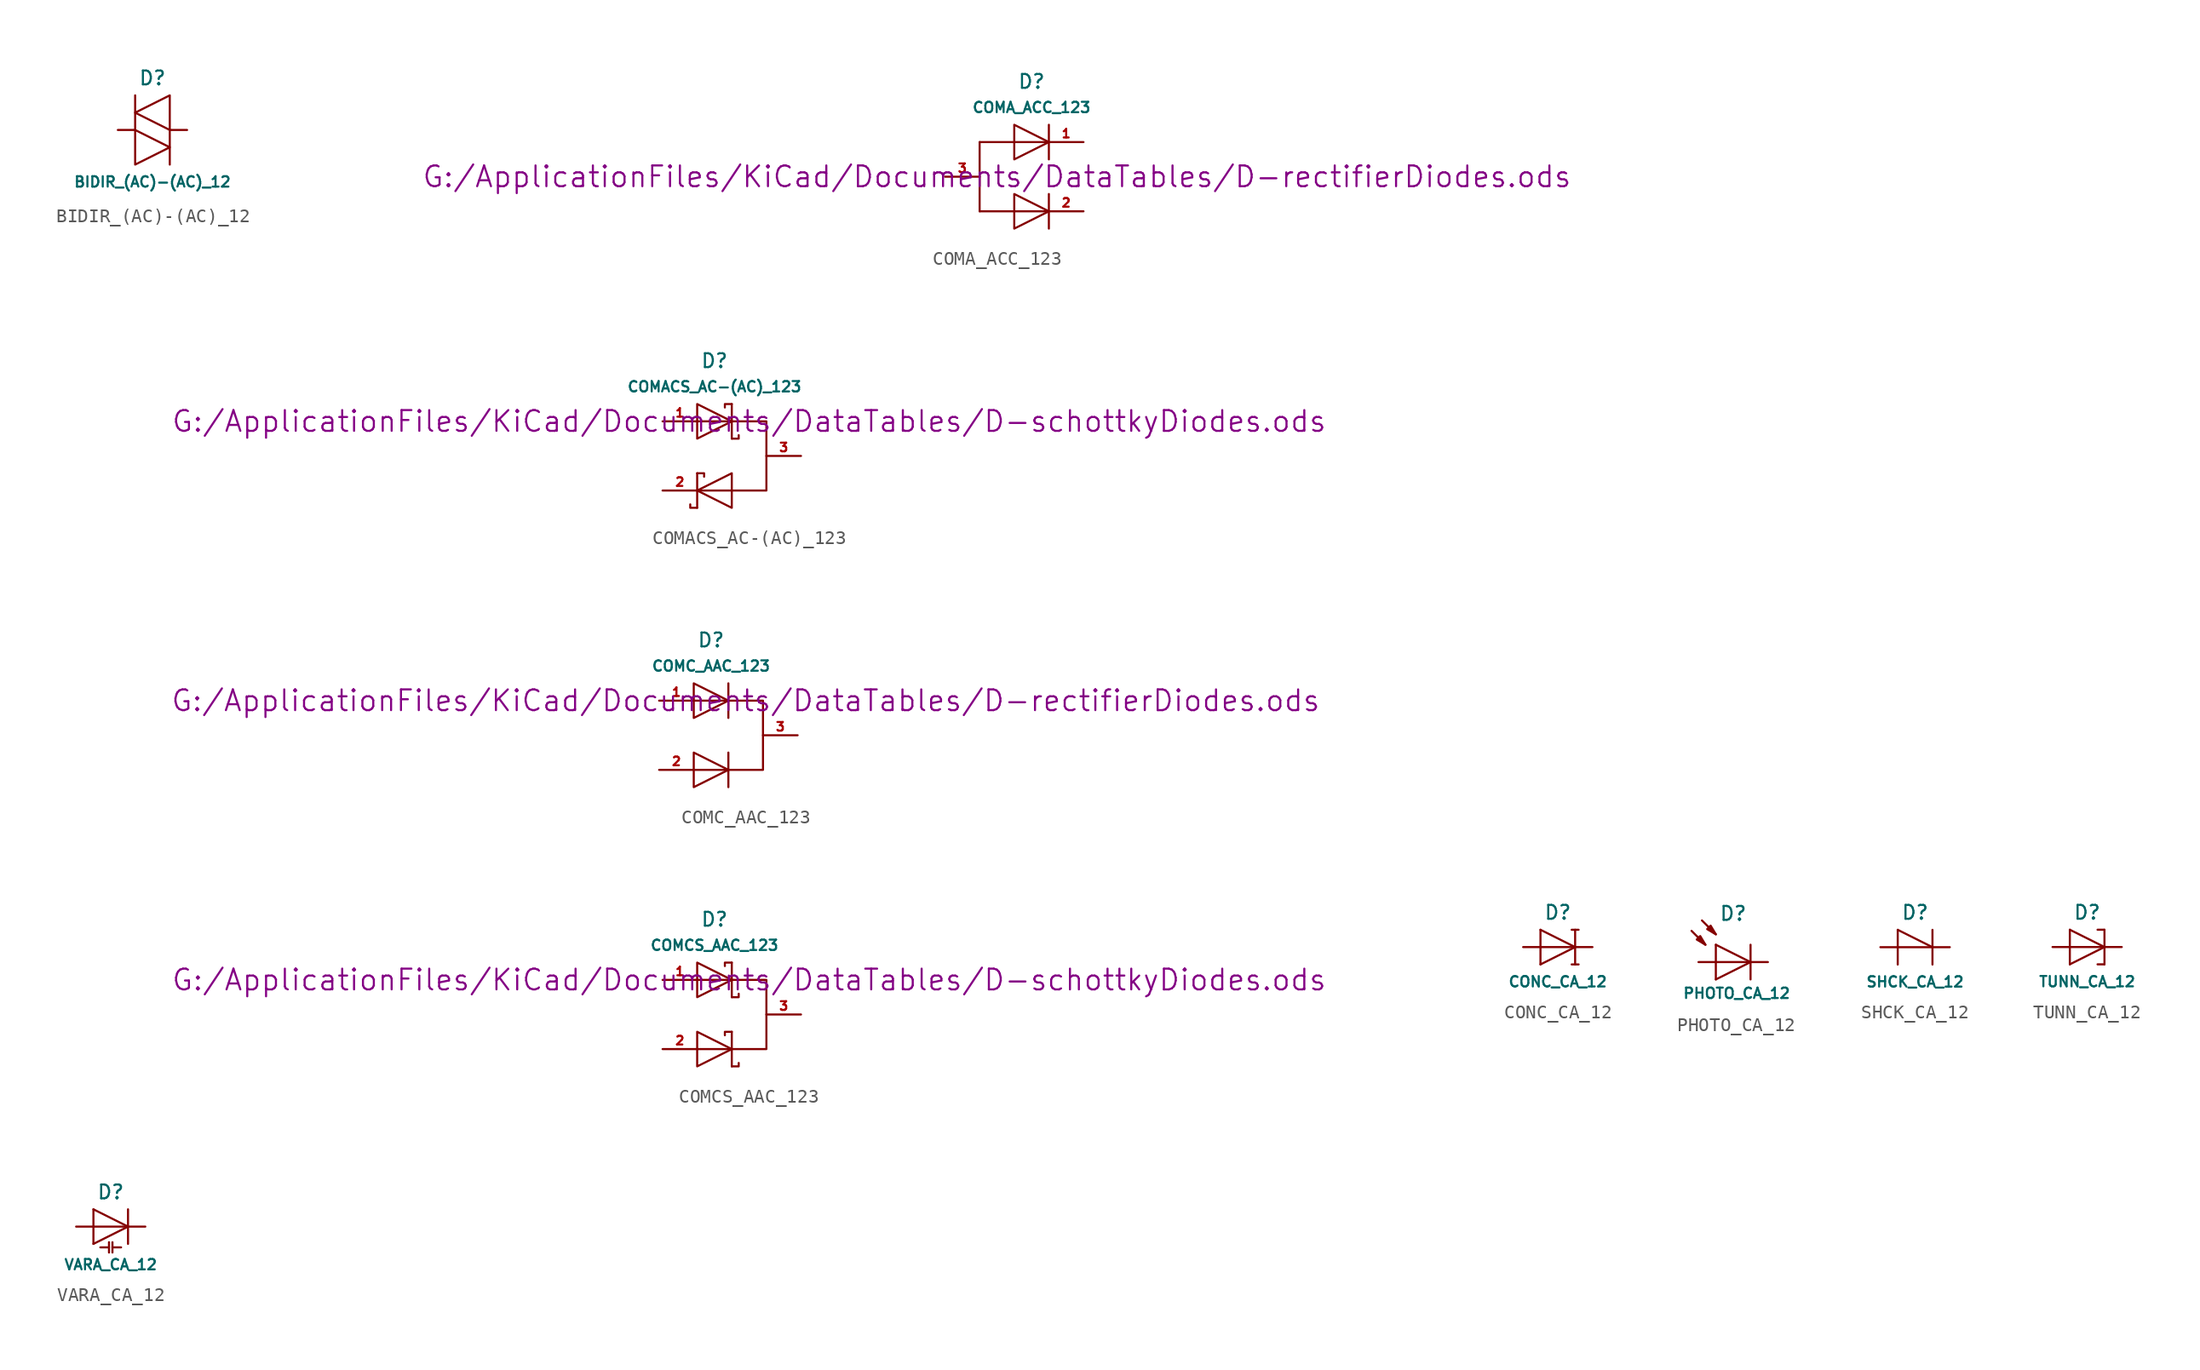
<source format=kicad_sym>
(kicad_symbol_lib
  (version 20211014)
  (generator kicad_symbol_editor)
  (symbol "BIDIR_(AC)-(AC)_12"
    (pin_numbers hide)
    (pin_names
      (offset 0))
    (property "Reference" "D"
      (at 0 3.81 0)
      (effects (font (size 1.016 1.016))))
    (property "Value" "BIDIR_(AC)-(AC)_12"
      (at 0 -3.81 0)
      (effects (font (size 0.762 0.762))))
    (property "Footprint" ""
      (at 0 -3.81 0)
      (effects (font (size 1.524 1.524))))
    (property "Datasheet" ""
      (at 0 -3.81 0)
      (effects (font (size 1.524 1.524))))
    (symbol "BIDIR_(AC)-(AC)_12_0_1"
      (polyline (pts (xy -1.27 0) (xy -1.27 0)) (stroke (width 0) (type default) (color 0 0 0 0)) (fill (type none)))
      (polyline (pts (xy -1.27 2.54) (xy -1.27 0)) (stroke (width 0) (type default) (color 0 0 0 0)) (fill (type none)))
      (polyline (pts (xy 1.27 0) (xy 1.27 -2.54)) (stroke (width 0) (type default) (color 0 0 0 0)) (fill (type none)))
      (polyline (pts (xy -1.27 0) (xy 1.27 -1.27) (xy -1.27 -2.54) (xy -1.27 0) (xy -1.27 0) (xy -1.27 0)) (stroke (width 0.152) (type default) (color 0 0 0 0)) (fill (type none)))
      (polyline (pts (xy 1.27 2.54) (xy -1.27 1.27) (xy 1.27 0) (xy 1.27 2.54) (xy 1.27 2.54) (xy 1.27 2.54)) (stroke (width 0.152) (type default) (color 0 0 0 0)) (fill (type none)))
      (pin passive line (at -2.54 0 0) (length 1.27) (name "~" (effects (font (size 0.635 0.635)))) (number "1" (effects (font (size 0.635 0.635)))))
      (pin passive line (at 2.54 0 180) (length 1.27) (name "~" (effects (font (size 0.635 0.635)))) (number "2" (effects (font (size 0.635 0.635)))))))
  (symbol "COMA_ACC_123"
    (pin_names
      (offset 0) hide)
    (property "Reference" "D"
      (at 0 6.985 0)
      (effects (font (size 1.016 1.016))))
    (property "Value" "COMA_ACC_123"
      (at 0 5.08 0)
      (effects (font (size 0.762 0.762))))
    (property "Footprint" ""
      (at -2.54 0 0)
      (effects (font (size 1.524 1.524))))
    (property "Datasheet" "G:/ApplicationFiles/KiCad/Documents/DataTables/D-rectifierDiodes.ods"
      (at -2.54 0 0)
      (effects (font (size 1.524 1.524))))
    (symbol "COMA_ACC_123_0_1"
      (polyline (pts (xy -3.81 2.54) (xy -3.81 -2.54)) (stroke (width 0) (type default) (color 0 0 0 0)) (fill (type none)))
      (polyline (pts (xy -1.27 -2.54) (xy 1.27 -2.54)) (stroke (width 0) (type default) (color 0 0 0 0)) (fill (type none)))
      (polyline (pts (xy -1.27 2.54) (xy 1.27 2.54)) (stroke (width 0) (type default) (color 0 0 0 0)) (fill (type none)))
      (polyline (pts (xy 1.27 -1.27) (xy 1.27 -3.81)) (stroke (width 0) (type default) (color 0 0 0 0)) (fill (type none)))
      (polyline (pts (xy 1.27 3.81) (xy 1.27 1.27)) (stroke (width 0) (type default) (color 0 0 0 0)) (fill (type none)))
      (polyline (pts (xy -3.81 -2.54) (xy -1.27 -2.54) (xy -1.27 -2.54)) (stroke (width 0.152) (type default) (color 0 0 0 0)) (fill (type none)))
      (polyline (pts (xy -3.81 2.54) (xy -1.27 2.54) (xy -1.27 2.54)) (stroke (width 0.152) (type default) (color 0 0 0 0)) (fill (type none)))
      (polyline (pts (xy 1.27 -2.54) (xy -1.27 -1.27) (xy -1.27 -3.81) (xy 1.27 -2.54) (xy 1.27 -2.54)) (stroke (width 0.152) (type default) (color 0 0 0 0)) (fill (type none)))
      (polyline (pts (xy 1.27 2.54) (xy -1.27 3.81) (xy -1.27 1.27) (xy 1.27 2.54) (xy 1.27 2.54)) (stroke (width 0.152) (type default) (color 0 0 0 0)) (fill (type none)))
      (pin passive line (at 3.81 2.54 180) (length 2.54) (name "K1" (effects (font (size 0.635 0.635)))) (number "1" (effects (font (size 0.635 0.635)))))
      (pin passive line (at 3.81 -2.54 180) (length 2.54) (name "K2" (effects (font (size 0.635 0.635)))) (number "2" (effects (font (size 0.635 0.635))))))
    (symbol "COMA_ACC_123_1_1"
      (pin passive line (at -6.35 0 0) (length 2.54) (name "CA" (effects (font (size 0.635 0.635)))) (number "3" (effects (font (size 0.635 0.635)))))))
  (symbol "COMACS_AC-(AC)_123"
    (pin_names
      (offset 0) hide)
    (property "Reference" "D"
      (at 0 6.985 0)
      (effects (font (size 1.016 1.016))))
    (property "Value" "COMACS_AC-(AC)_123"
      (at 0 5.08 0)
      (effects (font (size 0.762 0.762))))
    (property "Footprint" ""
      (at 2.54 2.54 0)
      (effects (font (size 1.524 1.524))))
    (property "Datasheet" "G:/ApplicationFiles/KiCad/Documents/DataTables/D-schottkyDiodes.ods"
      (at 2.54 2.54 0)
      (effects (font (size 1.524 1.524))))
    (symbol "COMACS_AC-(AC)_123_0_1"
      (polyline (pts (xy -1.27 2.54) (xy 1.27 2.54)) (stroke (width 0) (type default) (color 0 0 0 0)) (fill (type none)))
      (polyline (pts (xy 1.27 -2.54) (xy -1.27 -2.54)) (stroke (width 0) (type default) (color 0 0 0 0)) (fill (type none)))
      (polyline (pts (xy -1.27 -1.27) (xy -1.27 -3.81) (xy -1.27 -3.81)) (stroke (width 0.152) (type default) (color 0 0 0 0)) (fill (type none)))
      (polyline (pts (xy 1.27 1.27) (xy 1.27 3.81) (xy 1.27 3.81)) (stroke (width 0.152) (type default) (color 0 0 0 0)) (fill (type none)))
      (polyline (pts (xy -1.27 -3.81) (xy -1.778 -3.81) (xy -1.778 -3.556) (xy -1.778 -3.556)) (stroke (width 0.152) (type default) (color 0 0 0 0)) (fill (type none)))
      (polyline (pts (xy -1.27 -1.27) (xy -0.762 -1.27) (xy -0.762 -1.524) (xy -0.762 -1.524)) (stroke (width 0.152) (type default) (color 0 0 0 0)) (fill (type none)))
      (polyline (pts (xy 1.27 1.27) (xy 1.778 1.27) (xy 1.778 1.524) (xy 1.778 1.524)) (stroke (width 0.152) (type default) (color 0 0 0 0)) (fill (type none)))
      (polyline (pts (xy 1.27 2.54) (xy 3.81 2.54) (xy 3.81 -2.54) (xy 1.27 -2.54)) (stroke (width 0) (type default) (color 0 0 0 0)) (fill (type none)))
      (polyline (pts (xy 0.762 3.556) (xy 0.762 3.81) (xy 1.27 3.81) (xy 1.27 3.81) (xy 1.27 3.81)) (stroke (width 0.152) (type default) (color 0 0 0 0)) (fill (type none)))
      (polyline (pts (xy -1.27 3.81) (xy 1.27 2.54) (xy -1.27 1.27) (xy -1.27 3.81) (xy -1.27 3.81) (xy -1.27 3.81)) (stroke (width 0.152) (type default) (color 0 0 0 0)) (fill (type none)))
      (polyline (pts (xy 1.27 -1.27) (xy -1.27 -2.54) (xy 1.27 -3.81) (xy 1.27 -1.27) (xy 1.27 -1.27) (xy 1.27 -1.27)) (stroke (width 0.152) (type default) (color 0 0 0 0)) (fill (type none)))
      (pin passive line (at -3.81 2.54 0) (length 2.54) (name "A" (effects (font (size 0.635 0.635)))) (number "1" (effects (font (size 0.635 0.635)))))
      (pin passive line (at -3.81 -2.54 0) (length 2.54) (name "K" (effects (font (size 0.635 0.635)))) (number "2" (effects (font (size 0.635 0.635)))))
      (pin passive line (at 6.35 0 180) (length 2.54) (name "AK" (effects (font (size 0.635 0.635)))) (number "3" (effects (font (size 0.635 0.635)))))))
  (symbol "COMC_AAC_123"
    (pin_names
      (offset 0) hide)
    (property "Reference" "D"
      (at 0 6.985 0)
      (effects (font (size 1.016 1.016))))
    (property "Value" "COMC_AAC_123"
      (at 0 5.08 0)
      (effects (font (size 0.762 0.762))))
    (property "Footprint" ""
      (at 2.54 2.54 0)
      (effects (font (size 1.524 1.524))))
    (property "Datasheet" "G:/ApplicationFiles/KiCad/Documents/DataTables/D-rectifierDiodes.ods"
      (at 2.54 2.54 0)
      (effects (font (size 1.524 1.524))))
    (symbol "COMC_AAC_123_0_1"
      (polyline (pts (xy -1.27 -2.54) (xy 1.27 -2.54)) (stroke (width 0) (type default) (color 0 0 0 0)) (fill (type none)))
      (polyline (pts (xy -1.27 2.54) (xy 1.27 2.54)) (stroke (width 0) (type default) (color 0 0 0 0)) (fill (type none)))
      (polyline (pts (xy 1.27 -1.27) (xy 1.27 -3.81)) (stroke (width 0) (type default) (color 0 0 0 0)) (fill (type none)))
      (polyline (pts (xy 1.27 3.81) (xy 1.27 1.27)) (stroke (width 0) (type default) (color 0 0 0 0)) (fill (type none)))
      (polyline (pts (xy 1.27 2.54) (xy 3.81 2.54) (xy 3.81 -2.54) (xy 1.27 -2.54)) (stroke (width 0) (type default) (color 0 0 0 0)) (fill (type none)))
      (polyline (pts (xy 1.27 -2.54) (xy -1.27 -1.27) (xy -1.27 -3.81) (xy 1.27 -2.54) (xy 1.27 -2.54)) (stroke (width 0.152) (type default) (color 0 0 0 0)) (fill (type none)))
      (polyline (pts (xy 1.27 2.54) (xy -1.27 3.81) (xy -1.27 1.27) (xy 1.27 2.54) (xy 1.27 2.54)) (stroke (width 0.152) (type default) (color 0 0 0 0)) (fill (type none)))
      (pin passive line (at -3.81 2.54 0) (length 2.54) (name "A1" (effects (font (size 0.635 0.635)))) (number "1" (effects (font (size 0.635 0.635)))))
      (pin passive line (at -3.81 -2.54 0) (length 2.54) (name "A2" (effects (font (size 0.635 0.635)))) (number "2" (effects (font (size 0.635 0.635)))))
      (pin passive line (at 6.35 0 180) (length 2.54) (name "CK" (effects (font (size 0.635 0.635)))) (number "3" (effects (font (size 0.635 0.635)))))))
  (symbol "COMCS_AAC_123"
    (pin_names
      (offset 0) hide)
    (property "Reference" "D"
      (at 0 6.985 0)
      (effects (font (size 1.016 1.016))))
    (property "Value" "COMCS_AAC_123"
      (at 0 5.08 0)
      (effects (font (size 0.762 0.762))))
    (property "Footprint" ""
      (at 2.54 2.54 0)
      (effects (font (size 1.524 1.524))))
    (property "Datasheet" "G:/ApplicationFiles/KiCad/Documents/DataTables/D-schottkyDiodes.ods"
      (at 2.54 2.54 0)
      (effects (font (size 1.524 1.524))))
    (symbol "COMCS_AAC_123_0_1"
      (polyline (pts (xy -1.27 -2.54) (xy 1.27 -2.54)) (stroke (width 0) (type default) (color 0 0 0 0)) (fill (type none)))
      (polyline (pts (xy -1.27 2.54) (xy 1.27 2.54)) (stroke (width 0) (type default) (color 0 0 0 0)) (fill (type none)))
      (polyline (pts (xy 1.27 -3.81) (xy 1.27 -1.27) (xy 1.27 -1.27)) (stroke (width 0.152) (type default) (color 0 0 0 0)) (fill (type none)))
      (polyline (pts (xy 1.27 1.27) (xy 1.27 3.81) (xy 1.27 3.81)) (stroke (width 0.152) (type default) (color 0 0 0 0)) (fill (type none)))
      (polyline (pts (xy 1.27 -3.81) (xy 1.778 -3.81) (xy 1.778 -3.556) (xy 1.778 -3.556)) (stroke (width 0.152) (type default) (color 0 0 0 0)) (fill (type none)))
      (polyline (pts (xy 1.27 1.27) (xy 1.778 1.27) (xy 1.778 1.524) (xy 1.778 1.524)) (stroke (width 0.152) (type default) (color 0 0 0 0)) (fill (type none)))
      (polyline (pts (xy 1.27 2.54) (xy 3.81 2.54) (xy 3.81 -2.54) (xy 1.27 -2.54)) (stroke (width 0) (type default) (color 0 0 0 0)) (fill (type none)))
      (polyline (pts (xy 0.762 -1.524) (xy 0.762 -1.27) (xy 1.27 -1.27) (xy 1.27 -1.27) (xy 1.27 -1.27)) (stroke (width 0.152) (type default) (color 0 0 0 0)) (fill (type none)))
      (polyline (pts (xy 0.762 3.556) (xy 0.762 3.81) (xy 1.27 3.81) (xy 1.27 3.81) (xy 1.27 3.81)) (stroke (width 0.152) (type default) (color 0 0 0 0)) (fill (type none)))
      (polyline (pts (xy -1.27 -1.27) (xy 1.27 -2.54) (xy -1.27 -3.81) (xy -1.27 -1.27) (xy -1.27 -1.27) (xy -1.27 -1.27)) (stroke (width 0.152) (type default) (color 0 0 0 0)) (fill (type none)))
      (polyline (pts (xy -1.27 3.81) (xy 1.27 2.54) (xy -1.27 1.27) (xy -1.27 3.81) (xy -1.27 3.81) (xy -1.27 3.81)) (stroke (width 0.152) (type default) (color 0 0 0 0)) (fill (type none)))
      (pin passive line (at -3.81 2.54 0) (length 2.54) (name "A1" (effects (font (size 0.635 0.635)))) (number "1" (effects (font (size 0.635 0.635)))))
      (pin passive line (at -3.81 -2.54 0) (length 2.54) (name "A2" (effects (font (size 0.635 0.635)))) (number "2" (effects (font (size 0.635 0.635)))))
      (pin passive line (at 6.35 0 180) (length 2.54) (name "CK" (effects (font (size 0.635 0.635)))) (number "3" (effects (font (size 0.635 0.635)))))))
  (symbol "CONC_CA_12"
    (pin_numbers hide)
    (pin_names
      (offset 0) hide)
    (property "Reference" "D"
      (at 0 2.54 0)
      (effects (font (size 1.016 1.016))))
    (property "Value" "CONC_CA_12"
      (at 0 -2.54 0)
      (effects (font (size 0.762 0.762))))
    (property "Footprint" ""
      (at 0 0 0)
      (effects (font (size 1.524 1.524))))
    (property "Datasheet" ""
      (at 0 0 0)
      (effects (font (size 1.524 1.524))))
    (symbol "CONC_CA_12_0_1"
      (polyline (pts (xy -1.27 0) (xy 1.27 0)) (stroke (width 0) (type default) (color 0 0 0 0)) (fill (type none)))
      (polyline (pts (xy -1.27 1.27) (xy -1.27 -1.27)) (stroke (width 0) (type default) (color 0 0 0 0)) (fill (type none)))
      (polyline (pts (xy 1.016 -1.27) (xy 1.524 -1.27)) (stroke (width 0) (type default) (color 0 0 0 0)) (fill (type none)))
      (polyline (pts (xy 1.016 1.27) (xy 1.524 1.27)) (stroke (width 0) (type default) (color 0 0 0 0)) (fill (type none)))
      (polyline (pts (xy 1.27 1.27) (xy 1.27 -1.27)) (stroke (width 0.152) (type default) (color 0 0 0 0)) (fill (type none)))
      (polyline (pts (xy -1.27 1.27) (xy 1.27 0) (xy -1.27 -1.27)) (stroke (width 0) (type default) (color 0 0 0 0)) (fill (type none))))
    (symbol "CONC_CA_12_1_1"
      (pin passive line (at 2.54 0 180) (length 1.27) (name "K" (effects (font (size 0.635 0.635)))) (number "1" (effects (font (size 0.635 0.635)))))
      (pin passive line (at -2.54 0 0) (length 1.27) (name "A" (effects (font (size 0.635 0.635)))) (number "2" (effects (font (size 0.635 0.635)))))))
  (symbol "PHOTO_CA_12"
    (pin_numbers hide)
    (pin_names
      (offset 0) hide)
    (property "Reference" "D"
      (at 0 3.556 0)
      (effects (font (size 1.016 1.016))))
    (property "Value" "PHOTO_CA_12"
      (at 0.254 -2.286 0)
      (effects (font (size 0.762 0.762))))
    (property "Footprint" ""
      (at 0 0 0)
      (effects (font (size 1.524 1.524))))
    (property "Datasheet" ""
      (at 0 0 0)
      (effects (font (size 1.524 1.524))))
    (symbol "PHOTO_CA_12_0_1"
      (polyline (pts (xy -3.048 2.286) (xy -2.032 1.27)) (stroke (width 0) (type default) (color 0 0 0 0)) (fill (type none)))
      (polyline (pts (xy -2.286 3.048) (xy -1.27 2.032)) (stroke (width 0) (type default) (color 0 0 0 0)) (fill (type none)))
      (polyline (pts (xy -1.27 0) (xy 1.27 0)) (stroke (width 0) (type default) (color 0 0 0 0)) (fill (type none)))
      (polyline (pts (xy -1.27 1.27) (xy -1.27 -1.27)) (stroke (width 0) (type default) (color 0 0 0 0)) (fill (type none)))
      (polyline (pts (xy 1.27 1.27) (xy 1.27 -1.27)) (stroke (width 0) (type default) (color 0 0 0 0)) (fill (type none)))
      (polyline (pts (xy -1.27 1.27) (xy 1.27 0) (xy -1.27 -1.27)) (stroke (width 0) (type default) (color 0 0 0 0)) (fill (type none)))
      (polyline (pts (xy -2.032 1.27) (xy -2.413 1.905) (xy -2.667 1.651) (xy -2.032 1.27)) (stroke (width 0) (type default) (color 0 0 0 0)) (fill (type outline)))
      (polyline (pts (xy -1.27 2.032) (xy -1.651 2.667) (xy -1.905 2.413) (xy -1.27 2.032)) (stroke (width 0) (type default) (color 0 0 0 0)) (fill (type outline))))
    (symbol "PHOTO_CA_12_1_1"
      (pin passive line (at 2.54 0 180) (length 1.27) (name "K" (effects (font (size 0.635 0.635)))) (number "1" (effects (font (size 0.635 0.635)))))
      (pin passive line (at -2.54 0 0) (length 1.27) (name "A" (effects (font (size 0.635 0.635)))) (number "2" (effects (font (size 0.635 0.635)))))))
  (symbol "SHCK_CA_12"
    (pin_numbers hide)
    (pin_names
      (offset 0) hide)
    (property "Reference" "D"
      (at 0 2.54 0)
      (effects (font (size 1.016 1.016))))
    (property "Value" "SHCK_CA_12"
      (at 0 -2.54 0)
      (effects (font (size 0.762 0.762))))
    (property "Footprint" ""
      (at 0 0 0)
      (effects (font (size 1.524 1.524))))
    (property "Datasheet" ""
      (at 0 0 0)
      (effects (font (size 1.524 1.524))))
    (symbol "SHCK_CA_12_0_1"
      (polyline (pts (xy -1.27 0) (xy 1.27 0)) (stroke (width 0) (type default) (color 0 0 0 0)) (fill (type none)))
      (polyline (pts (xy -1.27 1.27) (xy -1.27 -1.27)) (stroke (width 0) (type default) (color 0 0 0 0)) (fill (type none)))
      (polyline (pts (xy -1.27 1.27) (xy 1.27 0)) (stroke (width 0) (type default) (color 0 0 0 0)) (fill (type none)))
      (polyline (pts (xy 1.27 1.27) (xy 1.27 -1.27)) (stroke (width 0.152) (type default) (color 0 0 0 0)) (fill (type none))))
    (symbol "SHCK_CA_12_1_1"
      (pin passive line (at 2.54 0 180) (length 1.27) (name "K" (effects (font (size 0.635 0.635)))) (number "1" (effects (font (size 0.635 0.635)))))
      (pin passive line (at -2.54 0 0) (length 1.27) (name "A" (effects (font (size 0.635 0.635)))) (number "2" (effects (font (size 0.635 0.635)))))))
  (symbol "TUNN_CA_12"
    (pin_numbers hide)
    (pin_names
      (offset 0) hide)
    (property "Reference" "D"
      (at 0 2.54 0)
      (effects (font (size 1.016 1.016))))
    (property "Value" "TUNN_CA_12"
      (at 0 -2.54 0)
      (effects (font (size 0.762 0.762))))
    (property "Footprint" ""
      (at 0 0 0)
      (effects (font (size 1.524 1.524))))
    (property "Datasheet" ""
      (at 0 0 0)
      (effects (font (size 1.524 1.524))))
    (symbol "TUNN_CA_12_0_1"
      (polyline (pts (xy -1.27 0) (xy 1.27 0)) (stroke (width 0) (type default) (color 0 0 0 0)) (fill (type none)))
      (polyline (pts (xy -1.27 1.27) (xy -1.27 -1.27)) (stroke (width 0) (type default) (color 0 0 0 0)) (fill (type none)))
      (polyline (pts (xy 0.762 -1.27) (xy 1.27 -1.27)) (stroke (width 0) (type default) (color 0 0 0 0)) (fill (type none)))
      (polyline (pts (xy 0.762 1.27) (xy 1.27 1.27)) (stroke (width 0) (type default) (color 0 0 0 0)) (fill (type none)))
      (polyline (pts (xy 1.27 1.27) (xy 1.27 -1.27)) (stroke (width 0.152) (type default) (color 0 0 0 0)) (fill (type none)))
      (polyline (pts (xy -1.27 1.27) (xy 1.27 0) (xy -1.27 -1.27)) (stroke (width 0) (type default) (color 0 0 0 0)) (fill (type none))))
    (symbol "TUNN_CA_12_1_1"
      (pin passive line (at 2.54 0 180) (length 1.27) (name "K" (effects (font (size 0.635 0.635)))) (number "1" (effects (font (size 0.635 0.635)))))
      (pin passive line (at -2.54 0 0) (length 1.27) (name "A" (effects (font (size 0.635 0.635)))) (number "2" (effects (font (size 0.635 0.635)))))))
  (symbol "VARA_CA_12"
    (pin_numbers hide)
    (pin_names
      (offset 0) hide)
    (property "Reference" "D"
      (at 0 2.54 0)
      (effects (font (size 1.016 1.016))))
    (property "Value" "VARA_CA_12"
      (at 0 -2.794 0)
      (effects (font (size 0.762 0.762))))
    (property "Footprint" ""
      (at 0 0 0)
      (effects (font (size 1.524 1.524))))
    (property "Datasheet" ""
      (at 0 0 0)
      (effects (font (size 1.524 1.524))))
    (symbol "VARA_CA_12_0_1"
      (polyline (pts (xy -1.27 0) (xy 1.27 0)) (stroke (width 0) (type default) (color 0 0 0 0)) (fill (type none)))
      (polyline (pts (xy -1.27 1.27) (xy -1.27 -1.27)) (stroke (width 0) (type default) (color 0 0 0 0)) (fill (type none)))
      (polyline (pts (xy -0.127 -1.524) (xy -0.762 -1.524)) (stroke (width 0) (type default) (color 0 0 0 0)) (fill (type none)))
      (polyline (pts (xy -0.127 -1.143) (xy -0.127 -1.905)) (stroke (width 0) (type default) (color 0 0 0 0)) (fill (type none)))
      (polyline (pts (xy 0.127 -1.524) (xy 0.762 -1.524)) (stroke (width 0) (type default) (color 0 0 0 0)) (fill (type none)))
      (polyline (pts (xy 0.127 -1.143) (xy 0.127 -1.905)) (stroke (width 0) (type default) (color 0 0 0 0)) (fill (type none)))
      (polyline (pts (xy 1.27 1.27) (xy 1.27 -1.27)) (stroke (width 0.152) (type default) (color 0 0 0 0)) (fill (type none)))
      (polyline (pts (xy -1.27 1.27) (xy 1.27 0) (xy -1.27 -1.27)) (stroke (width 0) (type default) (color 0 0 0 0)) (fill (type none))))
    (symbol "VARA_CA_12_1_1"
      (pin passive line (at 2.54 0 180) (length 1.27) (name "K" (effects (font (size 0.635 0.635)))) (number "1" (effects (font (size 0.635 0.635)))))
      (pin passive line (at -2.54 0 0) (length 1.27) (name "A" (effects (font (size 0.635 0.635)))) (number "2" (effects (font (size 0.635 0.635))))))))
</source>
